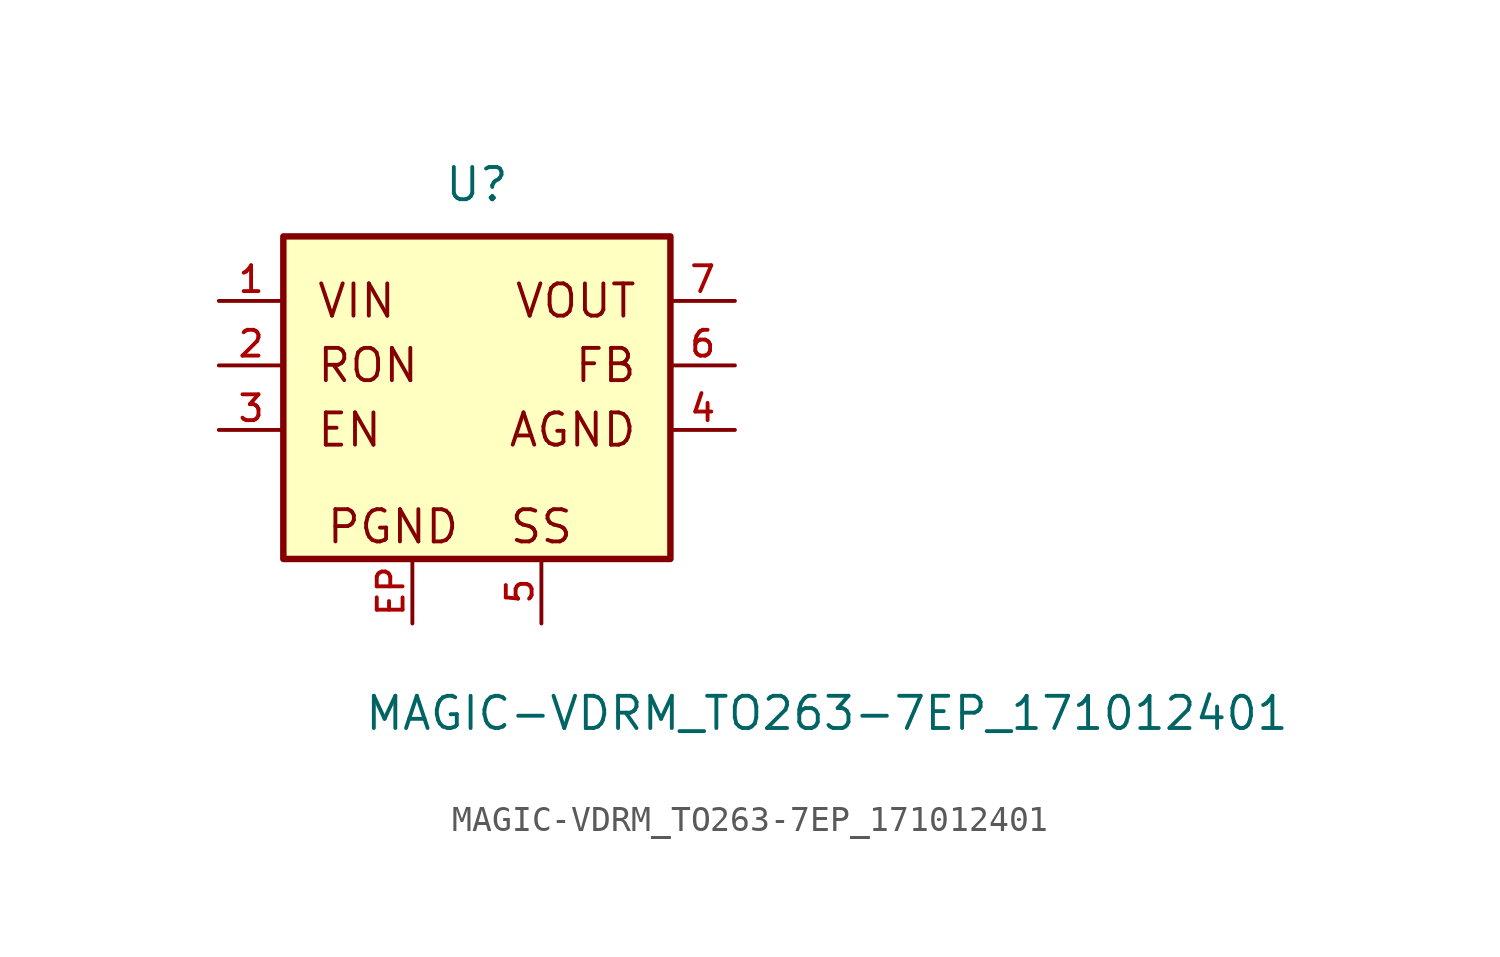
<source format=kicad_sym>
(kicad_symbol_lib
  (version 20211014)
  (generator kicad_symbol_editor)
  (symbol "MAGIC-VDRM_TO263-7EP_171012401"
    (pin_names
      (offset 1.016))
    (property "Reference" "U"
      (at 0.0 8.92 0)
      (effects (font (size 1.27 1.27)) (justify bottom)))
    (property "Value" "MAGIC-VDRM_TO263-7EP_171012401"
      (at -4.46 -11.9 0)
      (effects (font (size 1.27 1.27)) (justify bottom left)))
    (symbol "MAGIC-VDRM_TO263-7EP_171012401_0_0"
      (text "VOUT" (at 6.35 5.08 0) (effects (font (size 1.27 1.27)) (justify right)))
      (text "EN" (at -6.35 0.0 0) (effects (font (size 1.27 1.27)) (justify left)))
      (text "AGND" (at 6.35 0.0 0) (effects (font (size 1.27 1.27)) (justify right)))
      (text "VIN" (at -6.35 5.08 0) (effects (font (size 1.27 1.27)) (justify left)))
      (text "RON" (at -6.35 2.54 0) (effects (font (size 1.27 1.27)) (justify left)))
      (text "SS" (at 2.54 -3.81 0) (effects (font (size 1.27 1.27))))
      (text "PGND" (at -3.302 -3.81 0) (effects (font (size 1.27 1.27))))
      (text "FB" (at 6.35 2.54 0) (effects (font (size 1.27 1.27)) (justify right)))
      (rectangle (start -7.62 -5.08) (end 7.62 7.62) (stroke (width 0.254)) (fill (type background)))
      (pin bidirectional line (at -10.16 5.08 0) (length 2.54) (name "~" (effects (font (size 1.016 1.016)))) (number "1" (effects (font (size 1.016 1.016)))))
      (pin bidirectional line (at -10.16 2.54 0) (length 2.54) (name "~" (effects (font (size 1.016 1.016)))) (number "2" (effects (font (size 1.016 1.016)))))
      (pin bidirectional line (at -10.16 0.0 0) (length 2.54) (name "~" (effects (font (size 1.016 1.016)))) (number "3" (effects (font (size 1.016 1.016)))))
      (pin bidirectional line (at 10.16 0.0 180.0) (length 2.54) (name "~" (effects (font (size 1.016 1.016)))) (number "4" (effects (font (size 1.016 1.016)))))
      (pin bidirectional line (at -2.54 -7.62 90.0) (length 2.54) (name "~" (effects (font (size 1.016 1.016)))) (number "EP" (effects (font (size 1.016 1.016)))))
      (pin bidirectional line (at 2.54 -7.62 90.0) (length 2.54) (name "~" (effects (font (size 1.016 1.016)))) (number "5" (effects (font (size 1.016 1.016)))))
      (pin bidirectional line (at 10.16 2.54 180.0) (length 2.54) (name "~" (effects (font (size 1.016 1.016)))) (number "6" (effects (font (size 1.016 1.016)))))
      (pin bidirectional line (at 10.16 5.08 180.0) (length 2.54) (name "~" (effects (font (size 1.016 1.016)))) (number "7" (effects (font (size 1.016 1.016))))))))
</source>
